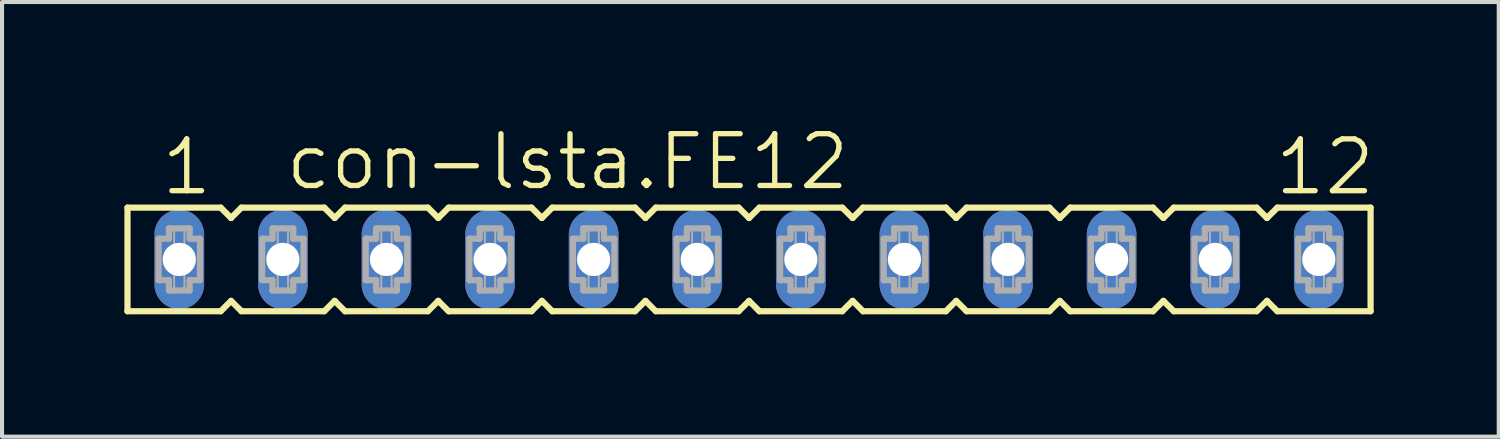
<source format=kicad_pcb>
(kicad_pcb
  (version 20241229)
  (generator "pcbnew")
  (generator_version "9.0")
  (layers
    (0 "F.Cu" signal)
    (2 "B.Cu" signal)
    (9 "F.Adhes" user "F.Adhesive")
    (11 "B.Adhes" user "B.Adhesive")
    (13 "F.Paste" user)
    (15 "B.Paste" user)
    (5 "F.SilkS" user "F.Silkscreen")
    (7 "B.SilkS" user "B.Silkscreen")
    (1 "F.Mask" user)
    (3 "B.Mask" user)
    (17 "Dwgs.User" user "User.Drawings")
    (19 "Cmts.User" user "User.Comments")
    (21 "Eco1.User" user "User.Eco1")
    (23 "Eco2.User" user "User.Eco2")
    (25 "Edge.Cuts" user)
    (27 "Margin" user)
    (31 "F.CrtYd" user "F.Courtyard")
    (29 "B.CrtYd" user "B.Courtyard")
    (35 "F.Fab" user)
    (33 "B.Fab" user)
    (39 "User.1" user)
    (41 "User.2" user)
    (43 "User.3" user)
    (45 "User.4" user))
  (footprint "con-lsta.FE12"
    (layer "F.Cu")
    (at 15.316 3.311)
    (property "Reference" "con-lsta.FE12" (at -11.43 -1.651 0) (layer "F.SilkS") (effects (font (size 1.27 1.27) (thickness 0.13)) (justify left bottom)))
    (attr through_hole)
    (fp_line (start -15.24 -1.27) (end -15.24 1.27) (stroke (width 0.152) (type default)) (layer "F.SilkS"))
    (fp_line (start -15.24 1.27) (end -12.954 1.27) (stroke (width 0.152) (type default)) (layer "F.SilkS"))
    (fp_line (start -12.954 -1.27) (end -15.24 -1.27) (stroke (width 0.152) (type default)) (layer "F.SilkS"))
    (fp_line (start -12.954 1.27) (end -12.7 1.016) (stroke (width 0.152) (type default)) (layer "F.SilkS"))
    (fp_line (start -12.7 -1.016) (end -12.954 -1.27) (stroke (width 0.152) (type default)) (layer "F.SilkS"))
    (fp_line (start -12.7 1.016) (end -12.446 1.27) (stroke (width 0.152) (type default)) (layer "F.SilkS"))
    (fp_line (start -12.446 -1.27) (end -12.7 -1.016) (stroke (width 0.152) (type default)) (layer "F.SilkS"))
    (fp_line (start -12.446 1.27) (end -10.414 1.27) (stroke (width 0.152) (type default)) (layer "F.SilkS"))
    (fp_line (start -10.414 -1.27) (end -12.446 -1.27) (stroke (width 0.152) (type default)) (layer "F.SilkS"))
    (fp_line (start -10.414 1.27) (end -10.16 1.016) (stroke (width 0.152) (type default)) (layer "F.SilkS"))
    (fp_line (start -10.16 -1.016) (end -10.414 -1.27) (stroke (width 0.152) (type default)) (layer "F.SilkS"))
    (fp_line (start -10.16 1.016) (end -9.906 1.27) (stroke (width 0.152) (type default)) (layer "F.SilkS"))
    (fp_line (start -9.906 -1.27) (end -10.16 -1.016) (stroke (width 0.152) (type default)) (layer "F.SilkS"))
    (fp_line (start -9.906 1.27) (end -7.874 1.27) (stroke (width 0.152) (type default)) (layer "F.SilkS"))
    (fp_line (start -7.874 -1.27) (end -9.906 -1.27) (stroke (width 0.152) (type default)) (layer "F.SilkS"))
    (fp_line (start -7.874 1.27) (end -7.62 1.016) (stroke (width 0.152) (type default)) (layer "F.SilkS"))
    (fp_line (start -7.62 -1.016) (end -7.874 -1.27) (stroke (width 0.152) (type default)) (layer "F.SilkS"))
    (fp_line (start -7.62 1.016) (end -7.366 1.27) (stroke (width 0.152) (type default)) (layer "F.SilkS"))
    (fp_line (start -7.366 -1.27) (end -7.62 -1.016) (stroke (width 0.152) (type default)) (layer "F.SilkS"))
    (fp_line (start -7.366 1.27) (end -5.334 1.27) (stroke (width 0.152) (type default)) (layer "F.SilkS"))
    (fp_line (start -5.334 -1.27) (end -7.366 -1.27) (stroke (width 0.152) (type default)) (layer "F.SilkS"))
    (fp_line (start -5.334 1.27) (end -5.08 1.016) (stroke (width 0.152) (type default)) (layer "F.SilkS"))
    (fp_line (start -5.08 -1.016) (end -5.334 -1.27) (stroke (width 0.152) (type default)) (layer "F.SilkS"))
    (fp_line (start -5.08 1.016) (end -4.826 1.27) (stroke (width 0.152) (type default)) (layer "F.SilkS"))
    (fp_line (start -4.826 -1.27) (end -5.08 -1.016) (stroke (width 0.152) (type default)) (layer "F.SilkS"))
    (fp_line (start -4.826 1.27) (end -2.794 1.27) (stroke (width 0.152) (type default)) (layer "F.SilkS"))
    (fp_line (start -2.794 -1.27) (end -4.826 -1.27) (stroke (width 0.152) (type default)) (layer "F.SilkS"))
    (fp_line (start -2.794 1.27) (end -2.54 1.016) (stroke (width 0.152) (type default)) (layer "F.SilkS"))
    (fp_line (start -2.54 -1.016) (end -2.794 -1.27) (stroke (width 0.152) (type default)) (layer "F.SilkS"))
    (fp_line (start -2.54 1.016) (end -2.286 1.27) (stroke (width 0.152) (type default)) (layer "F.SilkS"))
    (fp_line (start -2.286 -1.27) (end -2.54 -1.016) (stroke (width 0.152) (type default)) (layer "F.SilkS"))
    (fp_line (start -2.286 1.27) (end -0.254 1.27) (stroke (width 0.152) (type default)) (layer "F.SilkS"))
    (fp_line (start -0.254 -1.27) (end -2.286 -1.27) (stroke (width 0.152) (type default)) (layer "F.SilkS"))
    (fp_line (start -0.254 1.27) (end 0 1.016) (stroke (width 0.152) (type default)) (layer "F.SilkS"))
    (fp_line (start 0 -1.016) (end -0.254 -1.27) (stroke (width 0.152) (type default)) (layer "F.SilkS"))
    (fp_line (start 0 1.016) (end 0.254 1.27) (stroke (width 0.152) (type default)) (layer "F.SilkS"))
    (fp_line (start 0.254 -1.27) (end 0 -1.016) (stroke (width 0.152) (type default)) (layer "F.SilkS"))
    (fp_line (start 0.254 1.27) (end 2.286 1.27) (stroke (width 0.152) (type default)) (layer "F.SilkS"))
    (fp_line (start 2.286 -1.27) (end 0.254 -1.27) (stroke (width 0.152) (type default)) (layer "F.SilkS"))
    (fp_line (start 2.286 1.27) (end 2.54 1.016) (stroke (width 0.152) (type default)) (layer "F.SilkS"))
    (fp_line (start 2.54 -1.016) (end 2.286 -1.27) (stroke (width 0.152) (type default)) (layer "F.SilkS"))
    (fp_line (start 2.54 1.016) (end 2.794 1.27) (stroke (width 0.152) (type default)) (layer "F.SilkS"))
    (fp_line (start 2.794 -1.27) (end 2.54 -1.016) (stroke (width 0.152) (type default)) (layer "F.SilkS"))
    (fp_line (start 2.794 1.27) (end 4.826 1.27) (stroke (width 0.152) (type default)) (layer "F.SilkS"))
    (fp_line (start 4.826 -1.27) (end 2.794 -1.27) (stroke (width 0.152) (type default)) (layer "F.SilkS"))
    (fp_line (start 4.826 1.27) (end 5.08 1.016) (stroke (width 0.152) (type default)) (layer "F.SilkS"))
    (fp_line (start 5.08 -1.016) (end 4.826 -1.27) (stroke (width 0.152) (type default)) (layer "F.SilkS"))
    (fp_line (start 5.08 1.016) (end 5.334 1.27) (stroke (width 0.152) (type default)) (layer "F.SilkS"))
    (fp_line (start 5.334 -1.27) (end 5.08 -1.016) (stroke (width 0.152) (type default)) (layer "F.SilkS"))
    (fp_line (start 5.334 1.27) (end 7.366 1.27) (stroke (width 0.152) (type default)) (layer "F.SilkS"))
    (fp_line (start 7.366 -1.27) (end 5.334 -1.27) (stroke (width 0.152) (type default)) (layer "F.SilkS"))
    (fp_line (start 7.366 1.27) (end 7.62 1.016) (stroke (width 0.152) (type default)) (layer "F.SilkS"))
    (fp_line (start 7.62 -1.016) (end 7.366 -1.27) (stroke (width 0.152) (type default)) (layer "F.SilkS"))
    (fp_line (start 7.62 1.016) (end 7.874 1.27) (stroke (width 0.152) (type default)) (layer "F.SilkS"))
    (fp_line (start 7.874 -1.27) (end 7.62 -1.016) (stroke (width 0.152) (type default)) (layer "F.SilkS"))
    (fp_line (start 7.874 1.27) (end 9.906 1.27) (stroke (width 0.152) (type default)) (layer "F.SilkS"))
    (fp_line (start 9.906 -1.27) (end 7.874 -1.27) (stroke (width 0.152) (type default)) (layer "F.SilkS"))
    (fp_line (start 9.906 1.27) (end 10.16 1.016) (stroke (width 0.152) (type default)) (layer "F.SilkS"))
    (fp_line (start 10.16 -1.016) (end 9.906 -1.27) (stroke (width 0.152) (type default)) (layer "F.SilkS"))
    (fp_line (start 10.16 1.016) (end 10.414 1.27) (stroke (width 0.152) (type default)) (layer "F.SilkS"))
    (fp_line (start 10.414 -1.27) (end 10.16 -1.016) (stroke (width 0.152) (type default)) (layer "F.SilkS"))
    (fp_line (start 10.414 1.27) (end 12.446 1.27) (stroke (width 0.152) (type default)) (layer "F.SilkS"))
    (fp_line (start 12.446 -1.27) (end 10.414 -1.27) (stroke (width 0.152) (type default)) (layer "F.SilkS"))
    (fp_line (start 12.446 1.27) (end 12.7 1.016) (stroke (width 0.152) (type default)) (layer "F.SilkS"))
    (fp_line (start 12.7 -1.016) (end 12.446 -1.27) (stroke (width 0.152) (type default)) (layer "F.SilkS"))
    (fp_line (start 12.7 1.016) (end 12.954 1.27) (stroke (width 0.152) (type default)) (layer "F.SilkS"))
    (fp_line (start 12.954 -1.27) (end 12.7 -1.016) (stroke (width 0.152) (type default)) (layer "F.SilkS"))
    (fp_line (start 12.954 1.27) (end 15.24 1.27) (stroke (width 0.152) (type default)) (layer "F.SilkS"))
    (fp_line (start 15.24 -1.27) (end 12.954 -1.27) (stroke (width 0.152) (type default)) (layer "F.SilkS"))
    (fp_line (start 15.24 1.27) (end 15.24 -1.27) (stroke (width 0.152) (type default)) (layer "F.SilkS"))
    (fp_line (start -14.478 -0.508) (end -14.478 0.508) (stroke (width 0.152) (type default)) (layer "F.Fab"))
    (fp_line (start -14.478 0.508) (end -14.224 0.508) (stroke (width 0.152) (type default)) (layer "F.Fab"))
    (fp_line (start -14.224 -0.762) (end -14.224 -0.508) (stroke (width 0.152) (type default)) (layer "F.Fab"))
    (fp_line (start -14.224 -0.508) (end -14.478 -0.508) (stroke (width 0.152) (type default)) (layer "F.Fab"))
    (fp_line (start -14.224 0.508) (end -14.224 0.762) (stroke (width 0.152) (type default)) (layer "F.Fab"))
    (fp_line (start -14.224 0.762) (end -13.716 0.762) (stroke (width 0.152) (type default)) (layer "F.Fab"))
    (fp_line (start -13.716 -0.762) (end -14.224 -0.762) (stroke (width 0.152) (type default)) (layer "F.Fab"))
    (fp_line (start -13.716 -0.508) (end -13.716 -0.762) (stroke (width 0.152) (type default)) (layer "F.Fab"))
    (fp_line (start -13.716 0.508) (end -13.462 0.508) (stroke (width 0.152) (type default)) (layer "F.Fab"))
    (fp_line (start -13.716 0.762) (end -13.716 0.508) (stroke (width 0.152) (type default)) (layer "F.Fab"))
    (fp_line (start -13.462 -0.508) (end -13.716 -0.508) (stroke (width 0.152) (type default)) (layer "F.Fab"))
    (fp_line (start -13.462 0.508) (end -13.462 -0.508) (stroke (width 0.152) (type default)) (layer "F.Fab"))
    (fp_line (start -11.938 -0.508) (end -11.938 0.508) (stroke (width 0.152) (type default)) (layer "F.Fab"))
    (fp_line (start -11.938 0.508) (end -11.684 0.508) (stroke (width 0.152) (type default)) (layer "F.Fab"))
    (fp_line (start -11.684 -0.762) (end -11.684 -0.508) (stroke (width 0.152) (type default)) (layer "F.Fab"))
    (fp_line (start -11.684 -0.508) (end -11.938 -0.508) (stroke (width 0.152) (type default)) (layer "F.Fab"))
    (fp_line (start -11.684 0.508) (end -11.684 0.762) (stroke (width 0.152) (type default)) (layer "F.Fab"))
    (fp_line (start -11.684 0.762) (end -11.176 0.762) (stroke (width 0.152) (type default)) (layer "F.Fab"))
    (fp_line (start -11.176 -0.762) (end -11.684 -0.762) (stroke (width 0.152) (type default)) (layer "F.Fab"))
    (fp_line (start -11.176 -0.508) (end -11.176 -0.762) (stroke (width 0.152) (type default)) (layer "F.Fab"))
    (fp_line (start -11.176 0.508) (end -10.922 0.508) (stroke (width 0.152) (type default)) (layer "F.Fab"))
    (fp_line (start -11.176 0.762) (end -11.176 0.508) (stroke (width 0.152) (type default)) (layer "F.Fab"))
    (fp_line (start -10.922 -0.508) (end -11.176 -0.508) (stroke (width 0.152) (type default)) (layer "F.Fab"))
    (fp_line (start -10.922 0.508) (end -10.922 -0.508) (stroke (width 0.152) (type default)) (layer "F.Fab"))
    (fp_line (start -9.398 -0.508) (end -9.398 0.508) (stroke (width 0.152) (type default)) (layer "F.Fab"))
    (fp_line (start -9.398 0.508) (end -9.144 0.508) (stroke (width 0.152) (type default)) (layer "F.Fab"))
    (fp_line (start -9.144 -0.762) (end -9.144 -0.508) (stroke (width 0.152) (type default)) (layer "F.Fab"))
    (fp_line (start -9.144 -0.508) (end -9.398 -0.508) (stroke (width 0.152) (type default)) (layer "F.Fab"))
    (fp_line (start -9.144 0.508) (end -9.144 0.762) (stroke (width 0.152) (type default)) (layer "F.Fab"))
    (fp_line (start -9.144 0.762) (end -8.636 0.762) (stroke (width 0.152) (type default)) (layer "F.Fab"))
    (fp_line (start -8.636 -0.762) (end -9.144 -0.762) (stroke (width 0.152) (type default)) (layer "F.Fab"))
    (fp_line (start -8.636 -0.508) (end -8.636 -0.762) (stroke (width 0.152) (type default)) (layer "F.Fab"))
    (fp_line (start -8.636 0.508) (end -8.382 0.508) (stroke (width 0.152) (type default)) (layer "F.Fab"))
    (fp_line (start -8.636 0.762) (end -8.636 0.508) (stroke (width 0.152) (type default)) (layer "F.Fab"))
    (fp_line (start -8.382 -0.508) (end -8.636 -0.508) (stroke (width 0.152) (type default)) (layer "F.Fab"))
    (fp_line (start -8.382 0.508) (end -8.382 -0.508) (stroke (width 0.152) (type default)) (layer "F.Fab"))
    (fp_line (start -6.858 -0.508) (end -6.858 0.508) (stroke (width 0.152) (type default)) (layer "F.Fab"))
    (fp_line (start -6.858 0.508) (end -6.604 0.508) (stroke (width 0.152) (type default)) (layer "F.Fab"))
    (fp_line (start -6.604 -0.762) (end -6.604 -0.508) (stroke (width 0.152) (type default)) (layer "F.Fab"))
    (fp_line (start -6.604 -0.508) (end -6.858 -0.508) (stroke (width 0.152) (type default)) (layer "F.Fab"))
    (fp_line (start -6.604 0.508) (end -6.604 0.762) (stroke (width 0.152) (type default)) (layer "F.Fab"))
    (fp_line (start -6.604 0.762) (end -6.096 0.762) (stroke (width 0.152) (type default)) (layer "F.Fab"))
    (fp_line (start -6.096 -0.762) (end -6.604 -0.762) (stroke (width 0.152) (type default)) (layer "F.Fab"))
    (fp_line (start -6.096 -0.508) (end -6.096 -0.762) (stroke (width 0.152) (type default)) (layer "F.Fab"))
    (fp_line (start -6.096 0.508) (end -5.842 0.508) (stroke (width 0.152) (type default)) (layer "F.Fab"))
    (fp_line (start -6.096 0.762) (end -6.096 0.508) (stroke (width 0.152) (type default)) (layer "F.Fab"))
    (fp_line (start -5.842 -0.508) (end -6.096 -0.508) (stroke (width 0.152) (type default)) (layer "F.Fab"))
    (fp_line (start -5.842 0.508) (end -5.842 -0.508) (stroke (width 0.152) (type default)) (layer "F.Fab"))
    (fp_line (start -4.318 -0.508) (end -4.318 0.508) (stroke (width 0.152) (type default)) (layer "F.Fab"))
    (fp_line (start -4.318 0.508) (end -4.064 0.508) (stroke (width 0.152) (type default)) (layer "F.Fab"))
    (fp_line (start -4.064 -0.762) (end -4.064 -0.508) (stroke (width 0.152) (type default)) (layer "F.Fab"))
    (fp_line (start -4.064 -0.508) (end -4.318 -0.508) (stroke (width 0.152) (type default)) (layer "F.Fab"))
    (fp_line (start -4.064 0.508) (end -4.064 0.762) (stroke (width 0.152) (type default)) (layer "F.Fab"))
    (fp_line (start -4.064 0.762) (end -3.556 0.762) (stroke (width 0.152) (type default)) (layer "F.Fab"))
    (fp_line (start -3.556 -0.762) (end -4.064 -0.762) (stroke (width 0.152) (type default)) (layer "F.Fab"))
    (fp_line (start -3.556 -0.508) (end -3.556 -0.762) (stroke (width 0.152) (type default)) (layer "F.Fab"))
    (fp_line (start -3.556 0.508) (end -3.302 0.508) (stroke (width 0.152) (type default)) (layer "F.Fab"))
    (fp_line (start -3.556 0.762) (end -3.556 0.508) (stroke (width 0.152) (type default)) (layer "F.Fab"))
    (fp_line (start -3.302 -0.508) (end -3.556 -0.508) (stroke (width 0.152) (type default)) (layer "F.Fab"))
    (fp_line (start -3.302 0.508) (end -3.302 -0.508) (stroke (width 0.152) (type default)) (layer "F.Fab"))
    (fp_line (start -1.778 -0.508) (end -1.778 0.508) (stroke (width 0.152) (type default)) (layer "F.Fab"))
    (fp_line (start -1.778 0.508) (end -1.524 0.508) (stroke (width 0.152) (type default)) (layer "F.Fab"))
    (fp_line (start -1.524 -0.762) (end -1.524 -0.508) (stroke (width 0.152) (type default)) (layer "F.Fab"))
    (fp_line (start -1.524 -0.508) (end -1.778 -0.508) (stroke (width 0.152) (type default)) (layer "F.Fab"))
    (fp_line (start -1.524 0.508) (end -1.524 0.762) (stroke (width 0.152) (type default)) (layer "F.Fab"))
    (fp_line (start -1.524 0.762) (end -1.016 0.762) (stroke (width 0.152) (type default)) (layer "F.Fab"))
    (fp_line (start -1.016 -0.762) (end -1.524 -0.762) (stroke (width 0.152) (type default)) (layer "F.Fab"))
    (fp_line (start -1.016 -0.508) (end -1.016 -0.762) (stroke (width 0.152) (type default)) (layer "F.Fab"))
    (fp_line (start -1.016 0.508) (end -0.762 0.508) (stroke (width 0.152) (type default)) (layer "F.Fab"))
    (fp_line (start -1.016 0.762) (end -1.016 0.508) (stroke (width 0.152) (type default)) (layer "F.Fab"))
    (fp_line (start -0.762 -0.508) (end -1.016 -0.508) (stroke (width 0.152) (type default)) (layer "F.Fab"))
    (fp_line (start -0.762 0.508) (end -0.762 -0.508) (stroke (width 0.152) (type default)) (layer "F.Fab"))
    (fp_line (start 0.762 -0.508) (end 0.762 0.508) (stroke (width 0.152) (type default)) (layer "F.Fab"))
    (fp_line (start 0.762 0.508) (end 1.016 0.508) (stroke (width 0.152) (type default)) (layer "F.Fab"))
    (fp_line (start 1.016 -0.762) (end 1.016 -0.508) (stroke (width 0.152) (type default)) (layer "F.Fab"))
    (fp_line (start 1.016 -0.508) (end 0.762 -0.508) (stroke (width 0.152) (type default)) (layer "F.Fab"))
    (fp_line (start 1.016 0.508) (end 1.016 0.762) (stroke (width 0.152) (type default)) (layer "F.Fab"))
    (fp_line (start 1.016 0.762) (end 1.524 0.762) (stroke (width 0.152) (type default)) (layer "F.Fab"))
    (fp_line (start 1.524 -0.762) (end 1.016 -0.762) (stroke (width 0.152) (type default)) (layer "F.Fab"))
    (fp_line (start 1.524 -0.508) (end 1.524 -0.762) (stroke (width 0.152) (type default)) (layer "F.Fab"))
    (fp_line (start 1.524 0.508) (end 1.778 0.508) (stroke (width 0.152) (type default)) (layer "F.Fab"))
    (fp_line (start 1.524 0.762) (end 1.524 0.508) (stroke (width 0.152) (type default)) (layer "F.Fab"))
    (fp_line (start 1.778 -0.508) (end 1.524 -0.508) (stroke (width 0.152) (type default)) (layer "F.Fab"))
    (fp_line (start 1.778 0.508) (end 1.778 -0.508) (stroke (width 0.152) (type default)) (layer "F.Fab"))
    (fp_line (start 3.302 -0.508) (end 3.302 0.508) (stroke (width 0.152) (type default)) (layer "F.Fab"))
    (fp_line (start 3.302 0.508) (end 3.556 0.508) (stroke (width 0.152) (type default)) (layer "F.Fab"))
    (fp_line (start 3.556 -0.762) (end 3.556 -0.508) (stroke (width 0.152) (type default)) (layer "F.Fab"))
    (fp_line (start 3.556 -0.508) (end 3.302 -0.508) (stroke (width 0.152) (type default)) (layer "F.Fab"))
    (fp_line (start 3.556 0.508) (end 3.556 0.762) (stroke (width 0.152) (type default)) (layer "F.Fab"))
    (fp_line (start 3.556 0.762) (end 4.064 0.762) (stroke (width 0.152) (type default)) (layer "F.Fab"))
    (fp_line (start 4.064 -0.762) (end 3.556 -0.762) (stroke (width 0.152) (type default)) (layer "F.Fab"))
    (fp_line (start 4.064 -0.508) (end 4.064 -0.762) (stroke (width 0.152) (type default)) (layer "F.Fab"))
    (fp_line (start 4.064 0.508) (end 4.318 0.508) (stroke (width 0.152) (type default)) (layer "F.Fab"))
    (fp_line (start 4.064 0.762) (end 4.064 0.508) (stroke (width 0.152) (type default)) (layer "F.Fab"))
    (fp_line (start 4.318 -0.508) (end 4.064 -0.508) (stroke (width 0.152) (type default)) (layer "F.Fab"))
    (fp_line (start 4.318 0.508) (end 4.318 -0.508) (stroke (width 0.152) (type default)) (layer "F.Fab"))
    (fp_line (start 5.842 -0.508) (end 5.842 0.508) (stroke (width 0.152) (type default)) (layer "F.Fab"))
    (fp_line (start 5.842 0.508) (end 6.096 0.508) (stroke (width 0.152) (type default)) (layer "F.Fab"))
    (fp_line (start 6.096 -0.762) (end 6.096 -0.508) (stroke (width 0.152) (type default)) (layer "F.Fab"))
    (fp_line (start 6.096 -0.508) (end 5.842 -0.508) (stroke (width 0.152) (type default)) (layer "F.Fab"))
    (fp_line (start 6.096 0.508) (end 6.096 0.762) (stroke (width 0.152) (type default)) (layer "F.Fab"))
    (fp_line (start 6.096 0.762) (end 6.604 0.762) (stroke (width 0.152) (type default)) (layer "F.Fab"))
    (fp_line (start 6.604 -0.762) (end 6.096 -0.762) (stroke (width 0.152) (type default)) (layer "F.Fab"))
    (fp_line (start 6.604 -0.508) (end 6.604 -0.762) (stroke (width 0.152) (type default)) (layer "F.Fab"))
    (fp_line (start 6.604 0.508) (end 6.858 0.508) (stroke (width 0.152) (type default)) (layer "F.Fab"))
    (fp_line (start 6.604 0.762) (end 6.604 0.508) (stroke (width 0.152) (type default)) (layer "F.Fab"))
    (fp_line (start 6.858 -0.508) (end 6.604 -0.508) (stroke (width 0.152) (type default)) (layer "F.Fab"))
    (fp_line (start 6.858 0.508) (end 6.858 -0.508) (stroke (width 0.152) (type default)) (layer "F.Fab"))
    (fp_line (start 8.382 -0.508) (end 8.382 0.508) (stroke (width 0.152) (type default)) (layer "F.Fab"))
    (fp_line (start 8.382 0.508) (end 8.636 0.508) (stroke (width 0.152) (type default)) (layer "F.Fab"))
    (fp_line (start 8.636 -0.762) (end 8.636 -0.508) (stroke (width 0.152) (type default)) (layer "F.Fab"))
    (fp_line (start 8.636 -0.508) (end 8.382 -0.508) (stroke (width 0.152) (type default)) (layer "F.Fab"))
    (fp_line (start 8.636 0.508) (end 8.636 0.762) (stroke (width 0.152) (type default)) (layer "F.Fab"))
    (fp_line (start 8.636 0.762) (end 9.144 0.762) (stroke (width 0.152) (type default)) (layer "F.Fab"))
    (fp_line (start 9.144 -0.762) (end 8.636 -0.762) (stroke (width 0.152) (type default)) (layer "F.Fab"))
    (fp_line (start 9.144 -0.508) (end 9.144 -0.762) (stroke (width 0.152) (type default)) (layer "F.Fab"))
    (fp_line (start 9.144 0.508) (end 9.398 0.508) (stroke (width 0.152) (type default)) (layer "F.Fab"))
    (fp_line (start 9.144 0.762) (end 9.144 0.508) (stroke (width 0.152) (type default)) (layer "F.Fab"))
    (fp_line (start 9.398 -0.508) (end 9.144 -0.508) (stroke (width 0.152) (type default)) (layer "F.Fab"))
    (fp_line (start 9.398 0.508) (end 9.398 -0.508) (stroke (width 0.152) (type default)) (layer "F.Fab"))
    (fp_line (start 10.922 -0.508) (end 10.922 0.508) (stroke (width 0.152) (type default)) (layer "F.Fab"))
    (fp_line (start 10.922 0.508) (end 11.176 0.508) (stroke (width 0.152) (type default)) (layer "F.Fab"))
    (fp_line (start 11.176 -0.762) (end 11.176 -0.508) (stroke (width 0.152) (type default)) (layer "F.Fab"))
    (fp_line (start 11.176 -0.508) (end 10.922 -0.508) (stroke (width 0.152) (type default)) (layer "F.Fab"))
    (fp_line (start 11.176 0.508) (end 11.176 0.762) (stroke (width 0.152) (type default)) (layer "F.Fab"))
    (fp_line (start 11.176 0.762) (end 11.684 0.762) (stroke (width 0.152) (type default)) (layer "F.Fab"))
    (fp_line (start 11.684 -0.762) (end 11.176 -0.762) (stroke (width 0.152) (type default)) (layer "F.Fab"))
    (fp_line (start 11.684 -0.508) (end 11.684 -0.762) (stroke (width 0.152) (type default)) (layer "F.Fab"))
    (fp_line (start 11.684 0.508) (end 11.938 0.508) (stroke (width 0.152) (type default)) (layer "F.Fab"))
    (fp_line (start 11.684 0.762) (end 11.684 0.508) (stroke (width 0.152) (type default)) (layer "F.Fab"))
    (fp_line (start 11.938 -0.508) (end 11.684 -0.508) (stroke (width 0.152) (type default)) (layer "F.Fab"))
    (fp_line (start 11.938 0.508) (end 11.938 -0.508) (stroke (width 0.152) (type default)) (layer "F.Fab"))
    (fp_line (start 13.462 -0.508) (end 13.462 0.508) (stroke (width 0.152) (type default)) (layer "F.Fab"))
    (fp_line (start 13.462 0.508) (end 13.716 0.508) (stroke (width 0.152) (type default)) (layer "F.Fab"))
    (fp_line (start 13.716 -0.762) (end 13.716 -0.508) (stroke (width 0.152) (type default)) (layer "F.Fab"))
    (fp_line (start 13.716 -0.508) (end 13.462 -0.508) (stroke (width 0.152) (type default)) (layer "F.Fab"))
    (fp_line (start 13.716 0.508) (end 13.716 0.762) (stroke (width 0.152) (type default)) (layer "F.Fab"))
    (fp_line (start 13.716 0.762) (end 14.224 0.762) (stroke (width 0.152) (type default)) (layer "F.Fab"))
    (fp_line (start 14.224 -0.762) (end 13.716 -0.762) (stroke (width 0.152) (type default)) (layer "F.Fab"))
    (fp_line (start 14.224 -0.508) (end 14.224 -0.762) (stroke (width 0.152) (type default)) (layer "F.Fab"))
    (fp_line (start 14.224 0.508) (end 14.478 0.508) (stroke (width 0.152) (type default)) (layer "F.Fab"))
    (fp_line (start 14.224 0.762) (end 14.224 0.508) (stroke (width 0.152) (type default)) (layer "F.Fab"))
    (fp_line (start 14.478 -0.508) (end 14.224 -0.508) (stroke (width 0.152) (type default)) (layer "F.Fab"))
    (fp_line (start 14.478 0.508) (end 14.478 -0.508) (stroke (width 0.152) (type default)) (layer "F.Fab"))
    (fp_rect (start -14.097 -0.254) (end -13.843 -0.762) (stroke (width 0.05) (type default)) (fill no) (layer "F.Fab"))
    (fp_rect (start -14.097 0.762) (end -13.843 0.254) (stroke (width 0.05) (type default)) (fill no) (layer "F.Fab"))
    (fp_rect (start -11.557 -0.254) (end -11.303 -0.762) (stroke (width 0.05) (type default)) (fill no) (layer "F.Fab"))
    (fp_rect (start -11.557 0.762) (end -11.303 0.254) (stroke (width 0.05) (type default)) (fill no) (layer "F.Fab"))
    (fp_rect (start -9.017 -0.254) (end -8.763 -0.762) (stroke (width 0.05) (type default)) (fill no) (layer "F.Fab"))
    (fp_rect (start -9.017 0.762) (end -8.763 0.254) (stroke (width 0.05) (type default)) (fill no) (layer "F.Fab"))
    (fp_rect (start -6.477 -0.254) (end -6.223 -0.762) (stroke (width 0.05) (type default)) (fill no) (layer "F.Fab"))
    (fp_rect (start -6.477 0.762) (end -6.223 0.254) (stroke (width 0.05) (type default)) (fill no) (layer "F.Fab"))
    (fp_rect (start -3.937 -0.254) (end -3.683 -0.762) (stroke (width 0.05) (type default)) (fill no) (layer "F.Fab"))
    (fp_rect (start -3.937 0.762) (end -3.683 0.254) (stroke (width 0.05) (type default)) (fill no) (layer "F.Fab"))
    (fp_rect (start -1.397 -0.254) (end -1.143 -0.762) (stroke (width 0.05) (type default)) (fill no) (layer "F.Fab"))
    (fp_rect (start -1.397 0.762) (end -1.143 0.254) (stroke (width 0.05) (type default)) (fill no) (layer "F.Fab"))
    (fp_rect (start 1.143 -0.254) (end 1.397 -0.762) (stroke (width 0.05) (type default)) (fill no) (layer "F.Fab"))
    (fp_rect (start 1.143 0.762) (end 1.397 0.254) (stroke (width 0.05) (type default)) (fill no) (layer "F.Fab"))
    (fp_rect (start 3.683 -0.254) (end 3.937 -0.762) (stroke (width 0.05) (type default)) (fill no) (layer "F.Fab"))
    (fp_rect (start 3.683 0.762) (end 3.937 0.254) (stroke (width 0.05) (type default)) (fill no) (layer "F.Fab"))
    (fp_rect (start 6.223 -0.254) (end 6.477 -0.762) (stroke (width 0.05) (type default)) (fill no) (layer "F.Fab"))
    (fp_rect (start 6.223 0.762) (end 6.477 0.254) (stroke (width 0.05) (type default)) (fill no) (layer "F.Fab"))
    (fp_rect (start 8.763 -0.254) (end 9.017 -0.762) (stroke (width 0.05) (type default)) (fill no) (layer "F.Fab"))
    (fp_rect (start 8.763 0.762) (end 9.017 0.254) (stroke (width 0.05) (type default)) (fill no) (layer "F.Fab"))
    (fp_rect (start 11.303 -0.254) (end 11.557 -0.762) (stroke (width 0.05) (type default)) (fill no) (layer "F.Fab"))
    (fp_rect (start 11.303 0.762) (end 11.557 0.254) (stroke (width 0.05) (type default)) (fill no) (layer "F.Fab"))
    (fp_rect (start 13.843 -0.254) (end 14.097 -0.762) (stroke (width 0.05) (type default)) (fill no) (layer "F.Fab"))
    (fp_rect (start 13.843 0.762) (end 14.097 0.254) (stroke (width 0.05) (type default)) (fill no) (layer "F.Fab"))
    (fp_text user "12" (at 12.827 -1.524 0) (layer "F.SilkS") (effects (font (size 1.27 1.27) (thickness 0.13)) (justify left bottom)))
    (fp_text user "1" (at -14.478 -1.524 0) (layer "F.SilkS") (effects (font (size 1.27 1.27) (thickness 0.13)) (justify left bottom)))
    (pad "1" thru_hole oval (at -13.97 0 90) (size 2.438 1.219) (drill 0.813) (layers "*.Cu" "*.Mask"))
    (pad "2" thru_hole oval (at -11.43 0 90) (size 2.438 1.219) (drill 0.813) (layers "*.Cu" "*.Mask"))
    (pad "3" thru_hole oval (at -8.89 0 90) (size 2.438 1.219) (drill 0.813) (layers "*.Cu" "*.Mask"))
    (pad "4" thru_hole oval (at -6.35 0 90) (size 2.438 1.219) (drill 0.813) (layers "*.Cu" "*.Mask"))
    (pad "5" thru_hole oval (at -3.81 0 90) (size 2.438 1.219) (drill 0.813) (layers "*.Cu" "*.Mask"))
    (pad "6" thru_hole oval (at -1.27 0 90) (size 2.438 1.219) (drill 0.813) (layers "*.Cu" "*.Mask"))
    (pad "7" thru_hole oval (at 1.27 0 90) (size 2.438 1.219) (drill 0.813) (layers "*.Cu" "*.Mask"))
    (pad "8" thru_hole oval (at 3.81 0 90) (size 2.438 1.219) (drill 0.813) (layers "*.Cu" "*.Mask"))
    (pad "9" thru_hole oval (at 6.35 0 90) (size 2.438 1.219) (drill 0.813) (layers "*.Cu" "*.Mask"))
    (pad "10" thru_hole oval (at 8.89 0 90) (size 2.438 1.219) (drill 0.813) (layers "*.Cu" "*.Mask"))
    (pad "11" thru_hole oval (at 11.43 0 90) (size 2.438 1.219) (drill 0.813) (layers "*.Cu" "*.Mask"))
    (pad "12" thru_hole oval (at 13.97 0 90) (size 2.438 1.219) (drill 0.813) (layers "*.Cu" "*.Mask")))
  (gr_rect
    (start -3 -3)
    (end 33.698 7.657)
    (stroke (width 0.1) (type default))
    (fill no)
    (layer "Edge.Cuts")))
</source>
